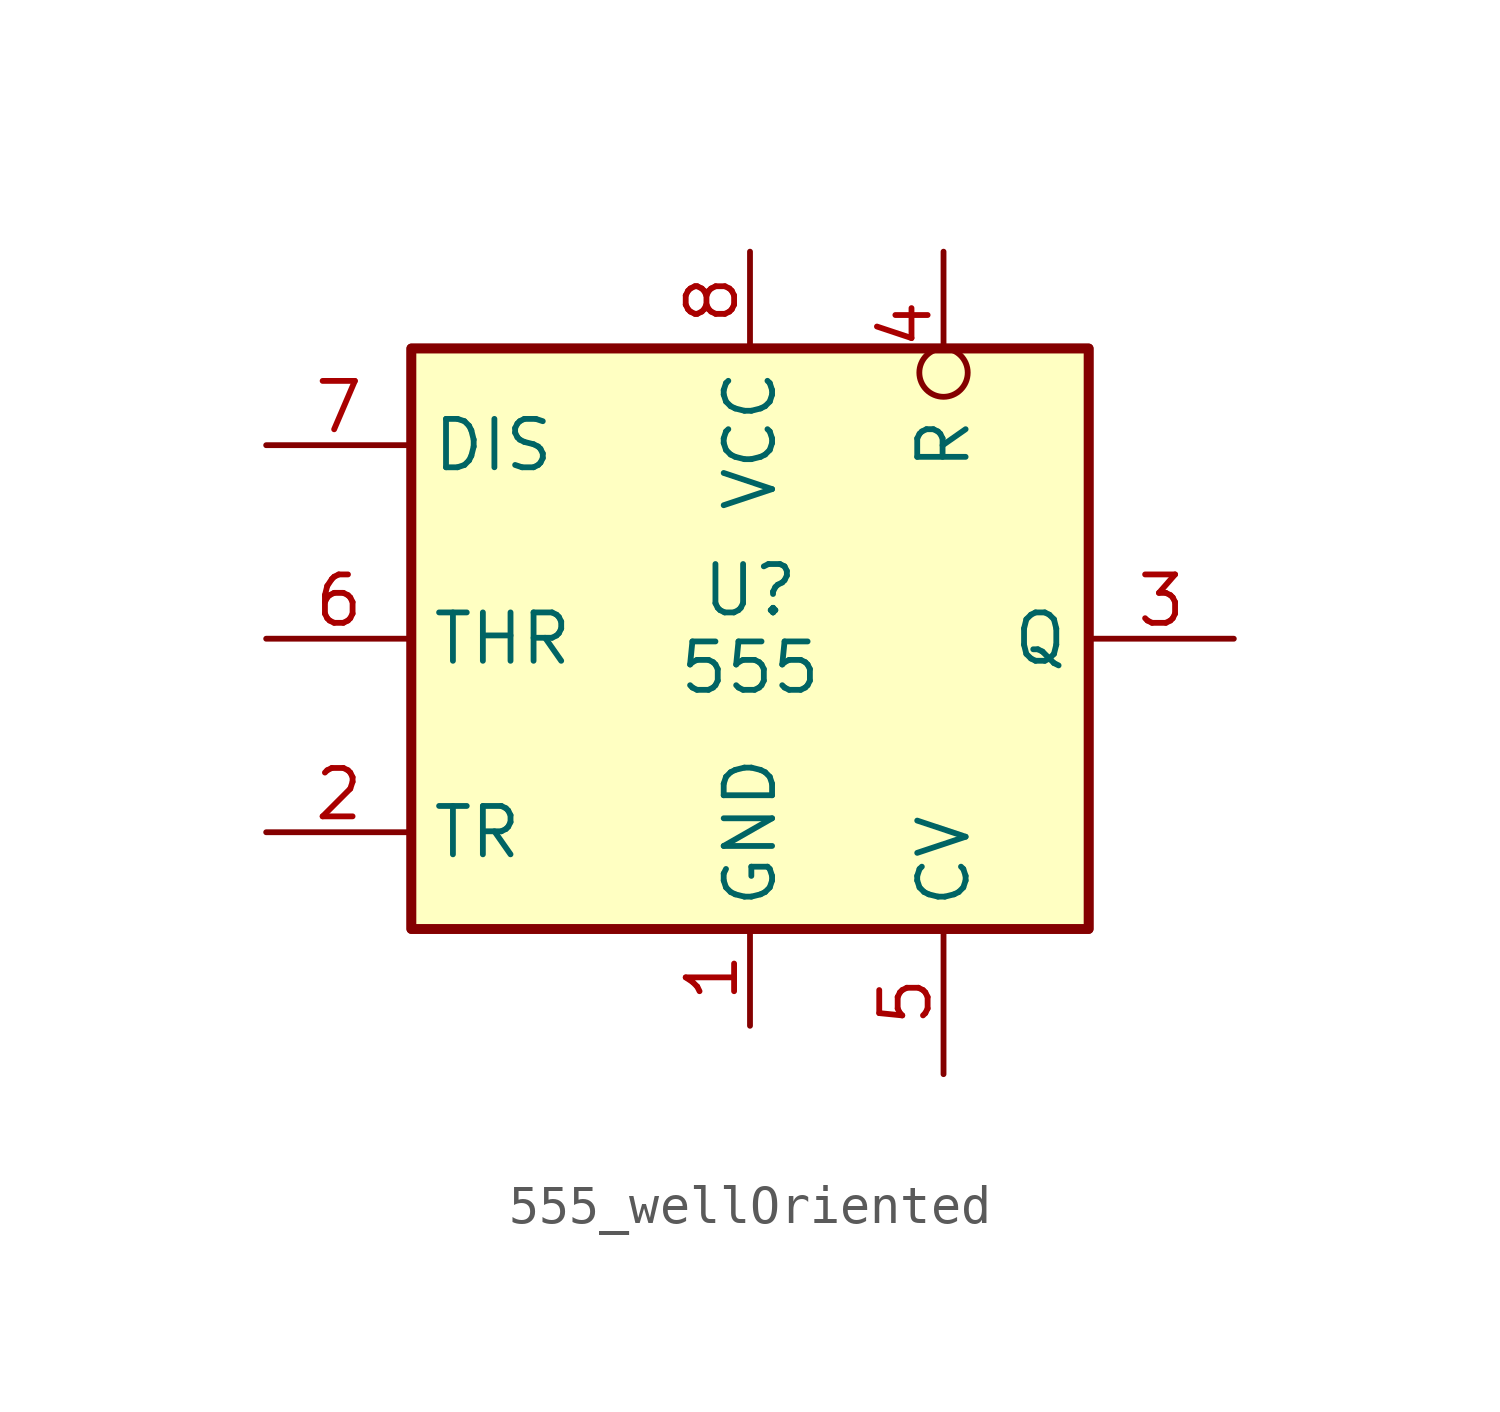
<source format=kicad_sym>
(kicad_symbol_lib
  (version 20231120)
  (generator "kicad_symbol_editor")
  (generator_version "8.0")
  (symbol "555_wellOriented"
    (property "Reference" "U"
      (at 0 1.27 0)
      (effects (font (size 1.27 1.27))))
    (property "Value" "555"
      (at 0 -0.762 0)
      (effects (font (size 1.27 1.27))))
    (symbol "555_wellOriented_0_0"
      (pin power_in line (at 0 -10.16 90) (length 2.54) (name "GND" (effects (font (size 1.27 1.27)))) (number "1" (effects (font (size 1.27 1.27)))))
      (pin power_in line (at 0 10.16 270) (length 2.54) (name "VCC" (effects (font (size 1.27 1.27)))) (number "8" (effects (font (size 1.27 1.27))))))
    (symbol "555_wellOriented_0_1"
      (rectangle (start -8.89 -7.62) (end 8.89 7.62) (stroke (width 0.254) (type default)) (fill (type background)))
      (rectangle (start -8.89 -7.62) (end 8.89 7.62) (stroke (width 0.254) (type default)) (fill (type background))))
    (symbol "555_wellOriented_1_1"
      (pin input line (at -12.7 -5.08 0) (length 3.81) (name "TR" (effects (font (size 1.27 1.27)))) (number "2" (effects (font (size 1.27 1.27)))))
      (pin output line (at 12.7 0 180) (length 3.81) (name "Q" (effects (font (size 1.27 1.27)))) (number "3" (effects (font (size 1.27 1.27)))))
      (pin input inverted (at 5.08 10.16 270) (length 3.81) (name "R" (effects (font (size 1.27 1.27)))) (number "4" (effects (font (size 1.27 1.27)))))
      (pin input line (at 5.08 -11.43 90) (length 3.81) (name "CV" (effects (font (size 1.27 1.27)))) (number "5" (effects (font (size 1.27 1.27)))))
      (pin input line (at -12.7 0 0) (length 3.81) (name "THR" (effects (font (size 1.27 1.27)))) (number "6" (effects (font (size 1.27 1.27)))))
      (pin input line (at -12.7 5.08 0) (length 3.81) (name "DIS" (effects (font (size 1.27 1.27)))) (number "7" (effects (font (size 1.27 1.27))))))))
</source>
